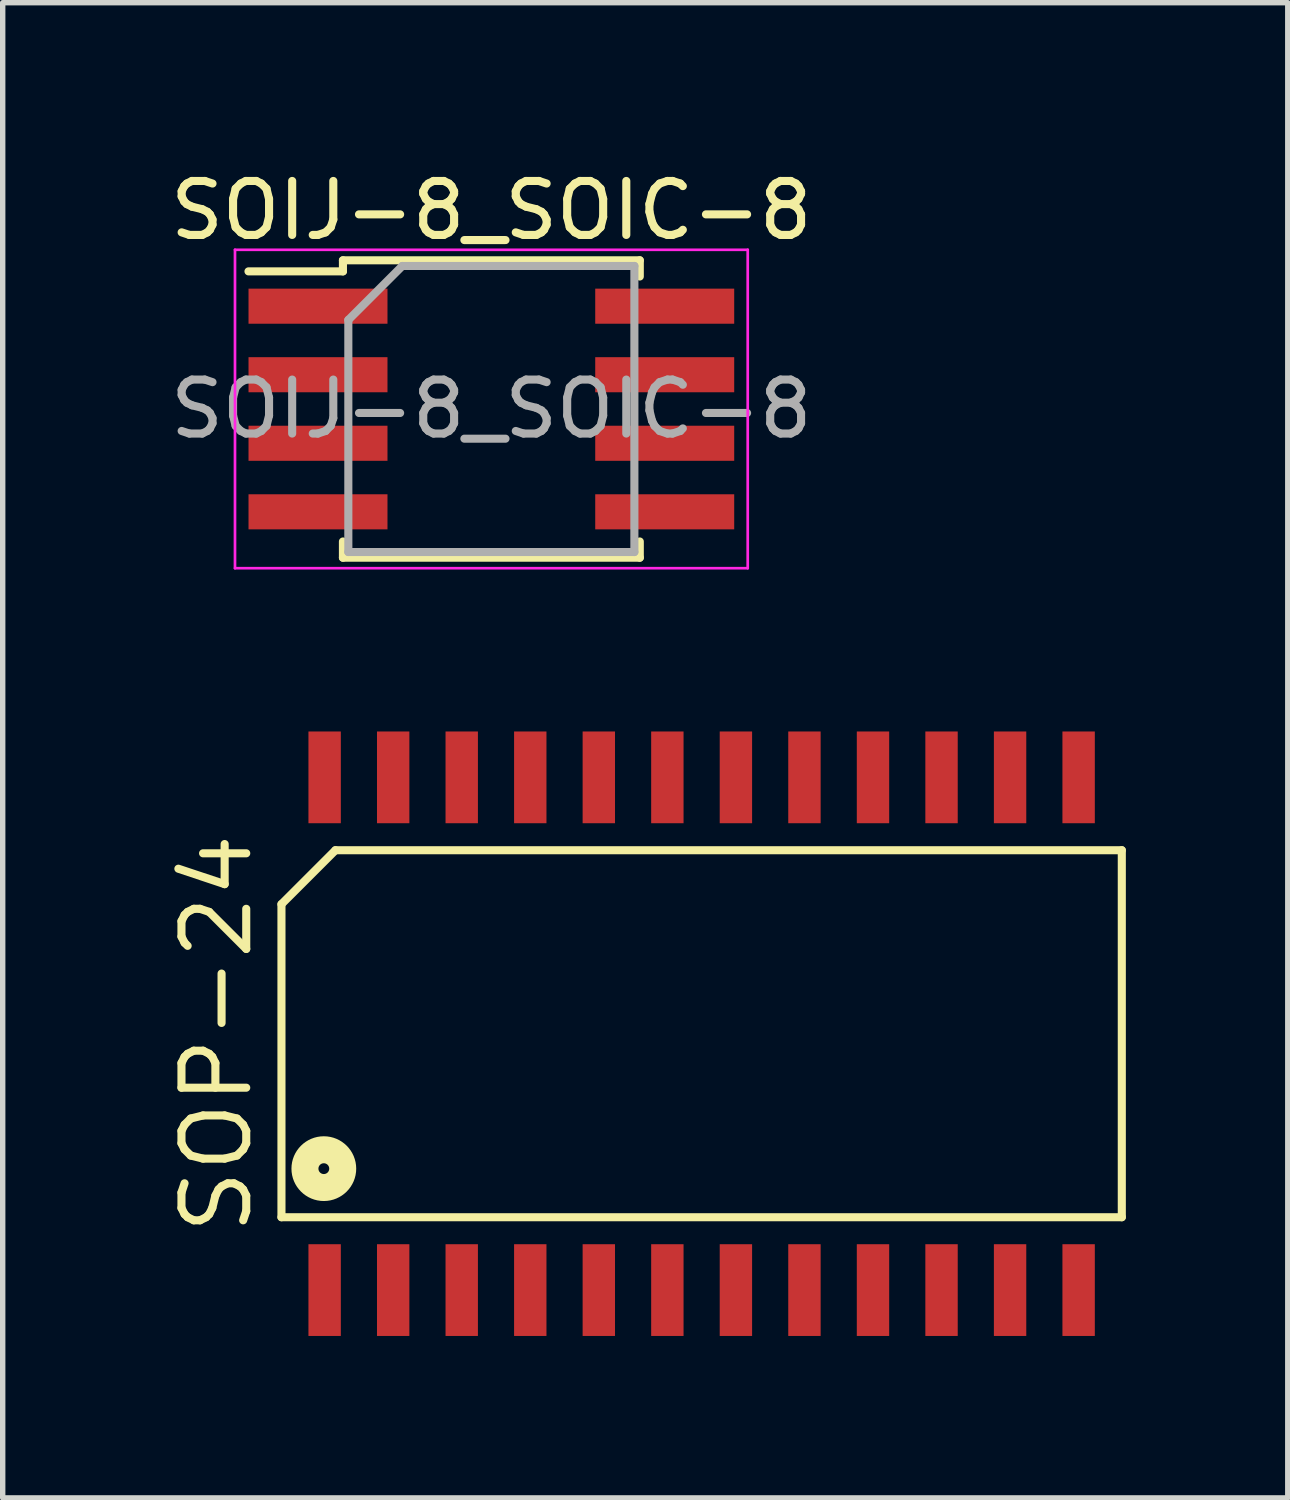
<source format=kicad_pcb>
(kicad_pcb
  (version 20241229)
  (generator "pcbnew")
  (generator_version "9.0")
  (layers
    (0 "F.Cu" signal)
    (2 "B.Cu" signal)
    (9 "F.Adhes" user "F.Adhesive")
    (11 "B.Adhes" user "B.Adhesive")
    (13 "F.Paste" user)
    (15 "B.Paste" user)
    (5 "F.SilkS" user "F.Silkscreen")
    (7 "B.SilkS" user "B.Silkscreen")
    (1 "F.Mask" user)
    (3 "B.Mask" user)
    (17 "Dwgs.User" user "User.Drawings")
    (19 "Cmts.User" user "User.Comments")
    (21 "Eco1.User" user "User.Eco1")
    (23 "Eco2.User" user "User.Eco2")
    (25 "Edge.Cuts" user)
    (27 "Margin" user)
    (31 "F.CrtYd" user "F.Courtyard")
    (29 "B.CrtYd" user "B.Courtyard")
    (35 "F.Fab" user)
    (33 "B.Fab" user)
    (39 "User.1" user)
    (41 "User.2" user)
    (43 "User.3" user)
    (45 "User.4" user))
  (footprint "SOP-24"
    (layer "F.Cu")
    (at 9.95 16.103)
    (property "Reference" "SOP-24" (at -8.985 0 90) (layer "F.SilkS") (effects (font (size 1.2 1.2) (thickness 0.15))))
    (attr through_hole)
    (fp_line (start -7.785 -2.4) (end -7.785 3.4) (stroke (width 0.15) (type solid)) (layer "F.SilkS"))
    (fp_line (start -7.785 3.4) (end 7.785 3.4) (stroke (width 0.15) (type solid)) (layer "F.SilkS"))
    (fp_line (start -6.785 -3.4) (end -7.785 -2.4) (stroke (width 0.15) (type solid)) (layer "F.SilkS"))
    (fp_line (start 7.785 -3.4) (end -6.785 -3.4) (stroke (width 0.15) (type solid)) (layer "F.SilkS"))
    (fp_line (start 7.785 3.4) (end 7.785 -3.4) (stroke (width 0.15) (type solid)) (layer "F.SilkS"))
    (fp_circle (center -7 2.5) (end -6.9 2.5) (stroke (width 0.5) (type solid)) (fill no) (layer "F.SilkS"))
    (pad "1" smd rect (at -6.985 4.75) (size 0.6 1.7) (layers "F.Cu" "F.Mask" "F.Paste"))
    (pad "2" smd rect (at -5.715 4.75) (size 0.6 1.7) (layers "F.Cu" "F.Mask" "F.Paste"))
    (pad "3" smd rect (at -4.445 4.75) (size 0.6 1.7) (layers "F.Cu" "F.Mask" "F.Paste"))
    (pad "4" smd rect (at -3.175 4.75) (size 0.6 1.7) (layers "F.Cu" "F.Mask" "F.Paste"))
    (pad "5" smd rect (at -1.905 4.75) (size 0.6 1.7) (layers "F.Cu" "F.Mask" "F.Paste"))
    (pad "6" smd rect (at -0.635 4.75) (size 0.6 1.7) (layers "F.Cu" "F.Mask" "F.Paste"))
    (pad "7" smd rect (at 0.635 4.75) (size 0.6 1.7) (layers "F.Cu" "F.Mask" "F.Paste"))
    (pad "8" smd rect (at 1.905 4.75) (size 0.6 1.7) (layers "F.Cu" "F.Mask" "F.Paste"))
    (pad "9" smd rect (at 3.175 4.75) (size 0.6 1.7) (layers "F.Cu" "F.Mask" "F.Paste"))
    (pad "10" smd rect (at 4.445 4.75) (size 0.6 1.7) (layers "F.Cu" "F.Mask" "F.Paste"))
    (pad "11" smd rect (at 5.715 4.75) (size 0.6 1.7) (layers "F.Cu" "F.Mask" "F.Paste"))
    (pad "12" smd rect (at 6.985 4.75) (size 0.6 1.7) (layers "F.Cu" "F.Mask" "F.Paste"))
    (pad "13" smd rect (at 6.985 -4.75) (size 0.6 1.7) (layers "F.Cu" "F.Mask" "F.Paste"))
    (pad "14" smd rect (at 5.715 -4.75) (size 0.6 1.7) (layers "F.Cu" "F.Mask" "F.Paste"))
    (pad "15" smd rect (at 4.445 -4.75) (size 0.6 1.7) (layers "F.Cu" "F.Mask" "F.Paste"))
    (pad "16" smd rect (at 3.175 -4.75) (size 0.6 1.7) (layers "F.Cu" "F.Mask" "F.Paste"))
    (pad "17" smd rect (at 1.905 -4.75) (size 0.6 1.7) (layers "F.Cu" "F.Mask" "F.Paste"))
    (pad "18" smd rect (at 0.635 -4.75) (size 0.6 1.7) (layers "F.Cu" "F.Mask" "F.Paste"))
    (pad "19" smd rect (at -0.635 -4.75) (size 0.6 1.7) (layers "F.Cu" "F.Mask" "F.Paste"))
    (pad "20" smd rect (at -1.905 -4.75) (size 0.6 1.7) (layers "F.Cu" "F.Mask" "F.Paste"))
    (pad "21" smd rect (at -3.175 -4.75) (size 0.6 1.7) (layers "F.Cu" "F.Mask" "F.Paste"))
    (pad "22" smd rect (at -4.445 -4.75) (size 0.6 1.7) (layers "F.Cu" "F.Mask" "F.Paste"))
    (pad "23" smd rect (at -5.715 -4.75) (size 0.6 1.7) (layers "F.Cu" "F.Mask" "F.Paste"))
    (pad "24" smd rect (at -6.985 -4.75) (size 0.6 1.7) (layers "F.Cu" "F.Mask" "F.Paste")))
  (footprint "SOIJ-8_SOIC-8"
    (layer "F.Cu")
    (at 6.054 4.528)
    (property "Reference" "SOIJ-8_SOIC-8" (at 0 -3.68 0) (layer "F.SilkS") (effects (font (size 1 1) (thickness 0.15))))
    (attr smd)
    (fp_line (start -2.75 -2.755) (end -2.75 -2.55) (stroke (width 0.15) (type solid)) (layer "F.SilkS"))
    (fp_line (start -2.75 -2.755) (end 2.75 -2.755) (stroke (width 0.15) (type solid)) (layer "F.SilkS"))
    (fp_line (start -2.75 -2.55) (end -4.5 -2.55) (stroke (width 0.15) (type solid)) (layer "F.SilkS"))
    (fp_line (start -2.75 2.755) (end -2.75 2.455) (stroke (width 0.15) (type solid)) (layer "F.SilkS"))
    (fp_line (start -2.75 2.755) (end 2.75 2.755) (stroke (width 0.15) (type solid)) (layer "F.SilkS"))
    (fp_line (start 2.75 -2.755) (end 2.75 -2.455) (stroke (width 0.15) (type solid)) (layer "F.SilkS"))
    (fp_line (start 2.75 2.755) (end 2.75 2.455) (stroke (width 0.15) (type solid)) (layer "F.SilkS"))
    (fp_line (start -4.75 -2.95) (end -4.75 2.95) (stroke (width 0.05) (type solid)) (layer "F.CrtYd"))
    (fp_line (start -4.75 -2.95) (end 4.75 -2.95) (stroke (width 0.05) (type solid)) (layer "F.CrtYd"))
    (fp_line (start -4.75 2.95) (end 4.75 2.95) (stroke (width 0.05) (type solid)) (layer "F.CrtYd"))
    (fp_line (start 4.75 -2.95) (end 4.75 2.95) (stroke (width 0.05) (type solid)) (layer "F.CrtYd"))
    (fp_line (start -2.65 -1.65) (end -1.65 -2.65) (stroke (width 0.15) (type solid)) (layer "F.Fab"))
    (fp_line (start -2.65 2.65) (end -2.65 -1.65) (stroke (width 0.15) (type solid)) (layer "F.Fab"))
    (fp_line (start -1.65 -2.65) (end 2.65 -2.65) (stroke (width 0.15) (type solid)) (layer "F.Fab"))
    (fp_line (start 2.65 -2.65) (end 2.65 2.65) (stroke (width 0.15) (type solid)) (layer "F.Fab"))
    (fp_line (start 2.65 2.65) (end -2.65 2.65) (stroke (width 0.15) (type solid)) (layer "F.Fab"))
    (fp_text user "${REFERENCE}" (at 0 0 0) (layer "F.Fab") (effects (font (size 1 1) (thickness 0.15))))
    (pad "1" smd rect (at -3.212 -1.905) (size 2.575 0.65) (layers "F.Cu" "F.Mask" "F.Paste"))
    (pad "2" smd rect (at -3.212 -0.635) (size 2.575 0.65) (layers "F.Cu" "F.Mask" "F.Paste"))
    (pad "3" smd rect (at -3.212 0.635) (size 2.575 0.65) (layers "F.Cu" "F.Mask" "F.Paste"))
    (pad "4" smd rect (at -3.212 1.905) (size 2.575 0.65) (layers "F.Cu" "F.Mask" "F.Paste"))
    (pad "5" smd rect (at 3.212 1.905) (size 2.575 0.65) (layers "F.Cu" "F.Mask" "F.Paste"))
    (pad "6" smd rect (at 3.212 0.635) (size 2.575 0.65) (layers "F.Cu" "F.Mask" "F.Paste"))
    (pad "7" smd rect (at 3.212 -0.635) (size 2.575 0.65) (layers "F.Cu" "F.Mask" "F.Paste"))
    (pad "8" smd rect (at 3.212 -1.905) (size 2.575 0.65) (layers "F.Cu" "F.Mask" "F.Paste")))
  (gr_rect
    (start -3 -3)
    (end 20.81 24.703)
    (stroke (width 0.1) (type default))
    (fill no)
    (layer "Edge.Cuts")))
</source>
